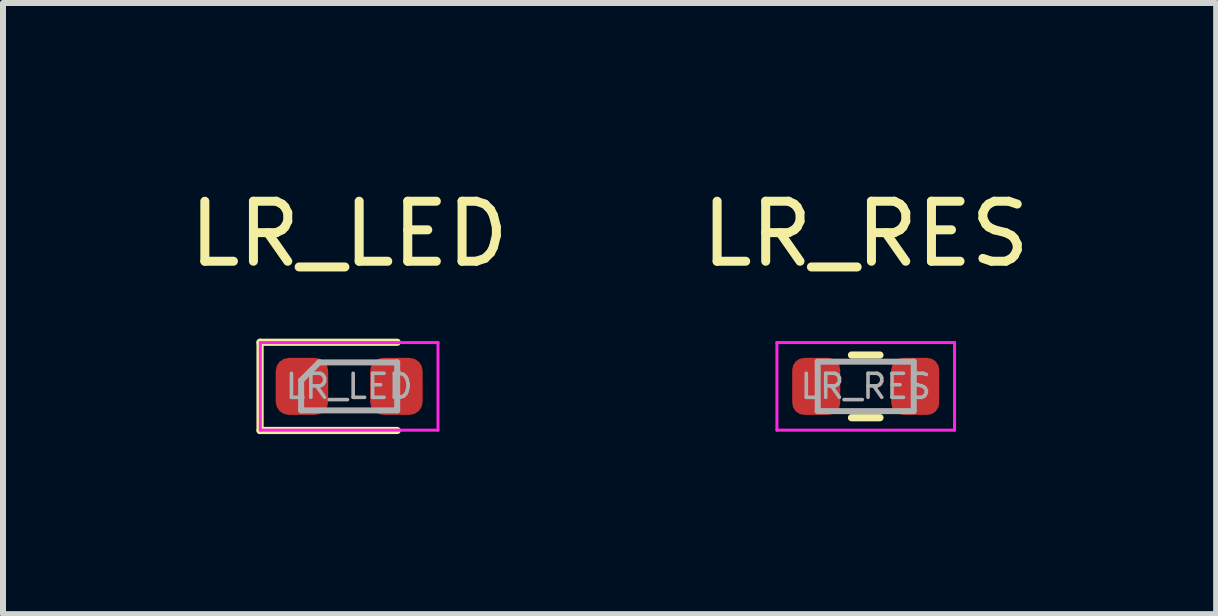
<source format=kicad_pcb>
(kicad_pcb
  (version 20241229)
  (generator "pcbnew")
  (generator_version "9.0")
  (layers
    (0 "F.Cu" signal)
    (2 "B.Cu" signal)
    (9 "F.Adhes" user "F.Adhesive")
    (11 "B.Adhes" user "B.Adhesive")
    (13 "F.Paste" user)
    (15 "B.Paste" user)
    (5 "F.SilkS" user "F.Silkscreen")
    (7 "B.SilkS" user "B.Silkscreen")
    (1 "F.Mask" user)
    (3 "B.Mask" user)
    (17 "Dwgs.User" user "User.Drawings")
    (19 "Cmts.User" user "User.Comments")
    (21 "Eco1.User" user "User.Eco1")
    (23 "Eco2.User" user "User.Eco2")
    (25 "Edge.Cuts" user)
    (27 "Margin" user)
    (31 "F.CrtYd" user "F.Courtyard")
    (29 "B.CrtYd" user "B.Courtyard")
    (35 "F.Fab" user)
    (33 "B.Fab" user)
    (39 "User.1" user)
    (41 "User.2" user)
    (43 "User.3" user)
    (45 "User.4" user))
  (footprint "LR_RES"
    (layer "F.Cu")
    (at 11.375 3.388)
    (property "Reference" "LR_RES" (at 0 -2.54 0) (layer "F.SilkS") (effects (font (size 1 1) (thickness 0.15))))
    (attr through_hole)
    (fp_line (start -0.237 -0.522) (end 0.237 -0.522) (stroke (width 0.12) (type solid)) (layer "F.SilkS"))
    (fp_line (start -0.237 0.522) (end 0.237 0.522) (stroke (width 0.12) (type solid)) (layer "F.SilkS"))
    (fp_line (start -1.48 -0.73) (end -1.48 0.73) (stroke (width 0.05) (type solid)) (layer "F.CrtYd"))
    (fp_line (start -1.48 -0.73) (end 1.48 -0.73) (stroke (width 0.05) (type solid)) (layer "F.CrtYd"))
    (fp_line (start 1.48 -0.73) (end 1.48 0.73) (stroke (width 0.05) (type solid)) (layer "F.CrtYd"))
    (fp_line (start 1.48 0.73) (end -1.48 0.73) (stroke (width 0.05) (type solid)) (layer "F.CrtYd"))
    (fp_line (start -0.8 -0.412) (end 0.8 -0.412) (stroke (width 0.1) (type solid)) (layer "F.Fab"))
    (fp_line (start -0.8 0.412) (end -0.8 -0.412) (stroke (width 0.1) (type solid)) (layer "F.Fab"))
    (fp_line (start 0.8 -0.412) (end 0.8 0.412) (stroke (width 0.1) (type solid)) (layer "F.Fab"))
    (fp_line (start 0.8 0.412) (end -0.8 0.412) (stroke (width 0.1) (type solid)) (layer "F.Fab"))
    (fp_text user "${REFERENCE}" (at 0 0 0) (layer "F.Fab") (effects (font (size 0.4 0.4) (thickness 0.06))))
    (pad "1" smd roundrect (at -0.825 0) (size 0.8 0.95) (layers "F.Cu" "F.Mask" "F.Paste") (roundrect_rratio 0.25))
    (pad "2" smd roundrect (at 0.825 0) (size 0.8 0.95) (layers "F.Cu" "F.Mask" "F.Paste") (roundrect_rratio 0.25)))
  (footprint "LR_LED"
    (layer "F.Cu")
    (at 2.768 3.388)
    (property "Reference" "LR_LED" (at 0 -2.54 0) (layer "F.SilkS") (effects (font (size 1 1) (thickness 0.15))))
    (attr through_hole)
    (fp_line (start -1.485 -0.735) (end -1.485 0.735) (stroke (width 0.12) (type solid)) (layer "F.SilkS"))
    (fp_line (start -1.485 0.735) (end 0.8 0.735) (stroke (width 0.12) (type solid)) (layer "F.SilkS"))
    (fp_line (start 0.8 -0.735) (end -1.485 -0.735) (stroke (width 0.12) (type solid)) (layer "F.SilkS"))
    (fp_line (start -1.48 -0.73) (end 1.48 -0.73) (stroke (width 0.05) (type solid)) (layer "F.CrtYd"))
    (fp_line (start -1.48 0.73) (end -1.48 -0.73) (stroke (width 0.05) (type solid)) (layer "F.CrtYd"))
    (fp_line (start 1.48 -0.73) (end 1.48 0.73) (stroke (width 0.05) (type solid)) (layer "F.CrtYd"))
    (fp_line (start 1.48 0.73) (end -1.48 0.73) (stroke (width 0.05) (type solid)) (layer "F.CrtYd"))
    (fp_line (start -0.8 -0.1) (end -0.8 0.4) (stroke (width 0.1) (type solid)) (layer "F.Fab"))
    (fp_line (start -0.8 0.4) (end 0.8 0.4) (stroke (width 0.1) (type solid)) (layer "F.Fab"))
    (fp_line (start -0.5 -0.4) (end -0.8 -0.1) (stroke (width 0.1) (type solid)) (layer "F.Fab"))
    (fp_line (start 0.8 -0.4) (end -0.5 -0.4) (stroke (width 0.1) (type solid)) (layer "F.Fab"))
    (fp_line (start 0.8 0.4) (end 0.8 -0.4) (stroke (width 0.1) (type solid)) (layer "F.Fab"))
    (fp_text user "${REFERENCE}" (at 0 0 0) (layer "F.Fab") (effects (font (size 0.4 0.4) (thickness 0.06))))
    (pad "1" smd roundrect (at -0.787 0) (size 0.875 0.95) (layers "F.Cu" "F.Mask" "F.Paste") (roundrect_rratio 0.25))
    (pad "2" smd roundrect (at 0.787 0) (size 0.875 0.95) (layers "F.Cu" "F.Mask" "F.Paste") (roundrect_rratio 0.25)))
  (gr_rect
    (start -3 -3)
    (end 17.214 7.183)
    (stroke (width 0.1) (type default))
    (fill no)
    (layer "Edge.Cuts")))
</source>
